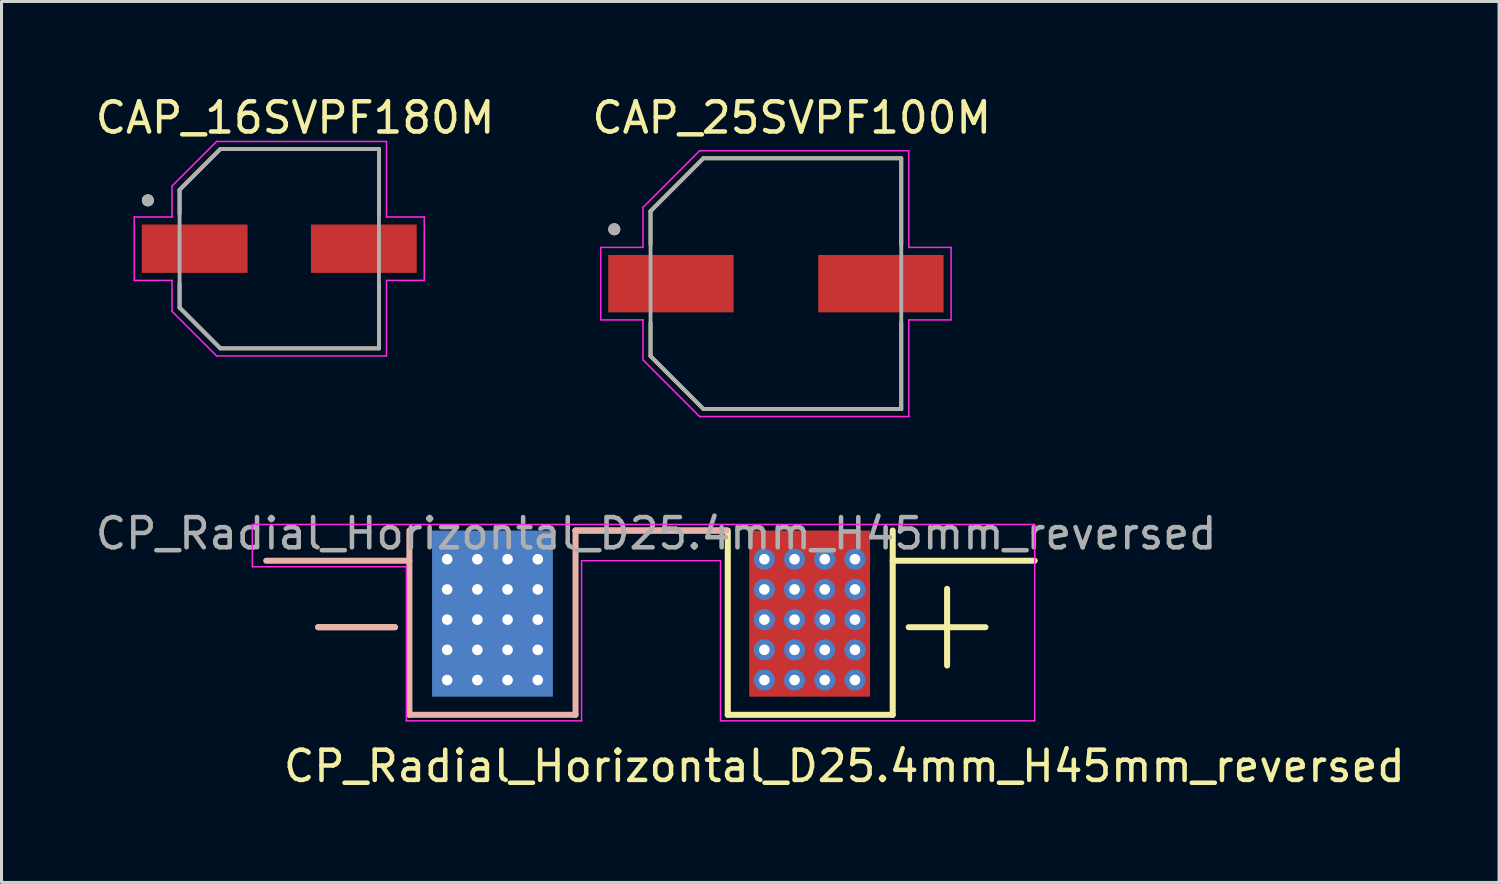
<source format=kicad_pcb>
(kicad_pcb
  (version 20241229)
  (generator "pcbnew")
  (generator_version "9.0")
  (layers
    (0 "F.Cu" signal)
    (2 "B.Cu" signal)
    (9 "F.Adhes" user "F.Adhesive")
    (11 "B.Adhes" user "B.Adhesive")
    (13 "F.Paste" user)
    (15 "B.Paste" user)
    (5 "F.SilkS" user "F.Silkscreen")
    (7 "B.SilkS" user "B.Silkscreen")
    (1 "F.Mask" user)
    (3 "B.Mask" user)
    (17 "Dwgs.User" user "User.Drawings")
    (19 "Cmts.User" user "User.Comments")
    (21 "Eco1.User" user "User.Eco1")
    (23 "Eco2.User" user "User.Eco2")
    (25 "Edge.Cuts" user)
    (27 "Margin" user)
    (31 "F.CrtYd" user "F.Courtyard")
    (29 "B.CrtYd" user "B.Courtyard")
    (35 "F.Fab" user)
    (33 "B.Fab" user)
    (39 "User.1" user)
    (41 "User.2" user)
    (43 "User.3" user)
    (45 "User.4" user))
  (footprint "CAP_16SVPF180M"
    (layer "F.Cu")
    (at 6.195 5.183)
    (property "Reference" "CAP_16SVPF180M" (at 0.525 -4.335 0) (layer "F.SilkS") (effects (font (size 1 1) (thickness 0.15))))
    (attr smd)
    (fp_line (start -3.3 -1.95) (end -1.95 -3.3) (stroke (width 0.127) (type solid)) (layer "F.SilkS"))
    (fp_line (start -3.3 -1.15) (end -3.3 -1.95) (stroke (width 0.127) (type solid)) (layer "F.SilkS"))
    (fp_line (start -3.3 1.15) (end -3.3 1.95) (stroke (width 0.127) (type solid)) (layer "F.SilkS"))
    (fp_line (start -3.3 1.95) (end -1.95 3.3) (stroke (width 0.127) (type solid)) (layer "F.SilkS"))
    (fp_line (start -1.95 -3.3) (end 3.3 -3.3) (stroke (width 0.127) (type solid)) (layer "F.SilkS"))
    (fp_line (start -1.95 3.3) (end 3.3 3.3) (stroke (width 0.127) (type solid)) (layer "F.SilkS"))
    (fp_line (start 3.3 -3.3) (end 3.3 -1.15) (stroke (width 0.127) (type solid)) (layer "F.SilkS"))
    (fp_line (start 3.3 3.3) (end 3.3 1.15) (stroke (width 0.127) (type solid)) (layer "F.SilkS"))
    (fp_circle (center -4.35 -1.6) (end -4.25 -1.6) (stroke (width 0.2) (type solid)) (fill no) (layer "F.SilkS"))
    (fp_line (start -4.8 -1.05) (end -3.55 -1.05) (stroke (width 0.05) (type solid)) (layer "F.CrtYd"))
    (fp_line (start -4.8 1.05) (end -4.8 -1.05) (stroke (width 0.05) (type solid)) (layer "F.CrtYd"))
    (fp_line (start -3.55 -2.075) (end -2.075 -3.55) (stroke (width 0.05) (type solid)) (layer "F.CrtYd"))
    (fp_line (start -3.55 -1.05) (end -3.55 -2.075) (stroke (width 0.05) (type solid)) (layer "F.CrtYd"))
    (fp_line (start -3.55 1.05) (end -4.8 1.05) (stroke (width 0.05) (type solid)) (layer "F.CrtYd"))
    (fp_line (start -3.55 2.075) (end -3.55 1.05) (stroke (width 0.05) (type solid)) (layer "F.CrtYd"))
    (fp_line (start -2.075 -3.55) (end 3.55 -3.55) (stroke (width 0.05) (type solid)) (layer "F.CrtYd"))
    (fp_line (start -2.075 3.55) (end -3.55 2.075) (stroke (width 0.05) (type solid)) (layer "F.CrtYd"))
    (fp_line (start 3.55 -3.55) (end 3.55 -1.05) (stroke (width 0.05) (type solid)) (layer "F.CrtYd"))
    (fp_line (start 3.55 -1.05) (end 4.8 -1.05) (stroke (width 0.05) (type solid)) (layer "F.CrtYd"))
    (fp_line (start 3.55 1.05) (end 3.55 3.55) (stroke (width 0.05) (type solid)) (layer "F.CrtYd"))
    (fp_line (start 3.55 3.55) (end -2.075 3.55) (stroke (width 0.05) (type solid)) (layer "F.CrtYd"))
    (fp_line (start 4.8 -1.05) (end 4.8 1.05) (stroke (width 0.05) (type solid)) (layer "F.CrtYd"))
    (fp_line (start 4.8 1.05) (end 3.55 1.05) (stroke (width 0.05) (type solid)) (layer "F.CrtYd"))
    (fp_line (start -3.3 -1.95) (end -1.95 -3.3) (stroke (width 0.127) (type solid)) (layer "F.Fab"))
    (fp_line (start -3.3 1.95) (end -3.3 -1.95) (stroke (width 0.127) (type solid)) (layer "F.Fab"))
    (fp_line (start -1.95 -3.3) (end 3.3 -3.3) (stroke (width 0.127) (type solid)) (layer "F.Fab"))
    (fp_line (start -1.95 3.3) (end -3.3 1.95) (stroke (width 0.127) (type solid)) (layer "F.Fab"))
    (fp_line (start 3.3 -3.3) (end 3.3 3.3) (stroke (width 0.127) (type solid)) (layer "F.Fab"))
    (fp_line (start 3.3 3.3) (end -1.95 3.3) (stroke (width 0.127) (type solid)) (layer "F.Fab"))
    (fp_circle (center -4.35 -1.6) (end -4.25 -1.6) (stroke (width 0.2) (type solid)) (fill no) (layer "F.Fab"))
    (pad "1" smd rect (at -2.8 0) (size 3.5 1.6) (layers "F.Cu" "F.Mask" "F.Paste"))
    (pad "2" smd rect (at 2.8 0) (size 3.5 1.6) (layers "F.Cu" "F.Mask" "F.Paste")))
  (footprint "CAP_25SVPF100M"
    (layer "F.Cu")
    (at 22.636 6.34)
    (property "Reference" "CAP_25SVPF100M" (at 0.525 -5.492 0) (layer "F.SilkS") (effects (font (size 1 1) (thickness 0.15))))
    (attr smd)
    (fp_line (start -4.15 -2.4) (end -2.4 -4.15) (stroke (width 0.127) (type solid)) (layer "F.SilkS"))
    (fp_line (start -4.15 -1.3) (end -4.15 -2.4) (stroke (width 0.127) (type solid)) (layer "F.SilkS"))
    (fp_line (start -4.15 1.3) (end -4.15 2.4) (stroke (width 0.127) (type solid)) (layer "F.SilkS"))
    (fp_line (start -4.15 2.4) (end -2.4 4.15) (stroke (width 0.127) (type solid)) (layer "F.SilkS"))
    (fp_line (start -2.4 -4.15) (end 4.15 -4.15) (stroke (width 0.127) (type solid)) (layer "F.SilkS"))
    (fp_line (start -2.4 4.15) (end 4.15 4.15) (stroke (width 0.127) (type solid)) (layer "F.SilkS"))
    (fp_line (start 4.15 -4.15) (end 4.15 -1.3) (stroke (width 0.127) (type solid)) (layer "F.SilkS"))
    (fp_line (start 4.15 4.15) (end 4.15 1.3) (stroke (width 0.127) (type solid)) (layer "F.SilkS"))
    (fp_circle (center -5.35 -1.8) (end -5.25 -1.8) (stroke (width 0.2) (type solid)) (fill no) (layer "F.SilkS"))
    (fp_line (start -5.8 -1.2) (end -4.4 -1.2) (stroke (width 0.05) (type solid)) (layer "F.CrtYd"))
    (fp_line (start -5.8 1.2) (end -5.8 -1.2) (stroke (width 0.05) (type solid)) (layer "F.CrtYd"))
    (fp_line (start -4.4 -2.525) (end -2.525 -4.4) (stroke (width 0.05) (type solid)) (layer "F.CrtYd"))
    (fp_line (start -4.4 -1.2) (end -4.4 -2.525) (stroke (width 0.05) (type solid)) (layer "F.CrtYd"))
    (fp_line (start -4.4 1.2) (end -5.8 1.2) (stroke (width 0.05) (type solid)) (layer "F.CrtYd"))
    (fp_line (start -4.4 2.525) (end -4.4 1.2) (stroke (width 0.05) (type solid)) (layer "F.CrtYd"))
    (fp_line (start -2.525 -4.4) (end 4.4 -4.4) (stroke (width 0.05) (type solid)) (layer "F.CrtYd"))
    (fp_line (start -2.525 4.4) (end -4.4 2.525) (stroke (width 0.05) (type solid)) (layer "F.CrtYd"))
    (fp_line (start 4.4 -4.4) (end 4.4 -1.2) (stroke (width 0.05) (type solid)) (layer "F.CrtYd"))
    (fp_line (start 4.4 -1.2) (end 5.8 -1.2) (stroke (width 0.05) (type solid)) (layer "F.CrtYd"))
    (fp_line (start 4.4 1.2) (end 4.4 4.4) (stroke (width 0.05) (type solid)) (layer "F.CrtYd"))
    (fp_line (start 4.4 4.4) (end -2.525 4.4) (stroke (width 0.05) (type solid)) (layer "F.CrtYd"))
    (fp_line (start 5.8 -1.2) (end 5.8 1.2) (stroke (width 0.05) (type solid)) (layer "F.CrtYd"))
    (fp_line (start 5.8 1.2) (end 4.4 1.2) (stroke (width 0.05) (type solid)) (layer "F.CrtYd"))
    (fp_line (start -4.15 -2.4) (end -2.4 -4.15) (stroke (width 0.127) (type solid)) (layer "F.Fab"))
    (fp_line (start -4.15 2.4) (end -4.15 -2.4) (stroke (width 0.127) (type solid)) (layer "F.Fab"))
    (fp_line (start -2.4 -4.15) (end 4.15 -4.15) (stroke (width 0.127) (type solid)) (layer "F.Fab"))
    (fp_line (start -2.4 4.15) (end -4.15 2.4) (stroke (width 0.127) (type solid)) (layer "F.Fab"))
    (fp_line (start 4.15 -4.15) (end 4.15 4.15) (stroke (width 0.127) (type solid)) (layer "F.Fab"))
    (fp_line (start 4.15 4.15) (end -2.4 4.15) (stroke (width 0.127) (type solid)) (layer "F.Fab"))
    (fp_circle (center -5.35 -1.8) (end -5.25 -1.8) (stroke (width 0.2) (type solid)) (fill no) (layer "F.Fab"))
    (pad "1" smd rect (at -3.475 0) (size 4.15 1.9) (layers "F.Cu" "F.Mask" "F.Paste"))
    (pad "2" smd rect (at 3.475 0) (size 4.15 1.9) (layers "F.Cu" "F.Mask" "F.Paste")))
  (footprint "CP_Radial_Horizontal_D25.4mm_H45mm_reversed"
    (layer "F.Cu")
    (at 18.503 14.313)
    (property "Reference" "CP_Radial_Horizontal_D25.4mm_H45mm_reversed" (at 6.4 8 0) (layer "F.SilkS") (effects (font (size 1 1) (thickness 0.15))))
    (attr through_hole)
    (fp_line (start -11.02 3.4) (end -8.48 3.4) (stroke (width 0.2) (type default)) (layer "F.SilkS"))
    (fp_line (start 0 0.2) (end -2.5 0.2) (stroke (width 0.2) (type default)) (layer "F.SilkS"))
    (fp_line (start 2.5 0.2) (end 0 0.2) (stroke (width 0.2) (type default)) (layer "F.SilkS"))
    (fp_line (start 2.54 0.2) (end 2.54 6.3) (stroke (width 0.2) (type default)) (layer "F.SilkS"))
    (fp_line (start 8 0.2) (end 8 6.3) (stroke (width 0.2) (type default)) (layer "F.SilkS"))
    (fp_line (start 8 6.3) (end 2.54 6.3) (stroke (width 0.2) (type default)) (layer "F.SilkS"))
    (fp_line (start 9.8 2.13) (end 9.8 4.67) (stroke (width 0.2) (type default)) (layer "F.SilkS"))
    (fp_line (start 11.07 3.4) (end 8.53 3.4) (stroke (width 0.2) (type default)) (layer "F.SilkS"))
    (fp_line (start 12.7 1.2) (end 8 1.2) (stroke (width 0.2) (type default)) (layer "F.SilkS"))
    (fp_line (start -11.02 3.4) (end -8.48 3.4) (stroke (width 0.2) (type default)) (layer "B.SilkS"))
    (fp_line (start -8 0.2) (end -8 6.3) (stroke (width 0.2) (type default)) (layer "B.SilkS"))
    (fp_line (start -8 1.2) (end -12.74 1.2) (stroke (width 0.2) (type default)) (layer "B.SilkS"))
    (fp_line (start -2.5 0.2) (end -2.5 6.3) (stroke (width 0.2) (type default)) (layer "B.SilkS"))
    (fp_line (start -2.5 6.3) (end -8 6.3) (stroke (width 0.2) (type default)) (layer "B.SilkS"))
    (fp_line (start 0 0.2) (end -2.5 0.2) (stroke (width 0.2) (type default)) (layer "B.SilkS"))
    (fp_line (start 0 0.2) (end 2.5 0.2) (stroke (width 0.2) (type default)) (layer "B.SilkS"))
    (fp_line (start -13.2 0) (end 12.7 0) (stroke (width 0.05) (type default)) (layer "F.CrtYd"))
    (fp_line (start -13.2 1.4) (end -13.2 0) (stroke (width 0.05) (type default)) (layer "F.CrtYd"))
    (fp_line (start -13.2 1.4) (end -8.1 1.4) (stroke (width 0.05) (type default)) (layer "F.CrtYd"))
    (fp_line (start -8.1 6.5) (end -8.1 1.4) (stroke (width 0.05) (type default)) (layer "F.CrtYd"))
    (fp_line (start -2.3 1.2) (end 2.3 1.2) (stroke (width 0.05) (type default)) (layer "F.CrtYd"))
    (fp_line (start -2.3 6.5) (end -8.1 6.5) (stroke (width 0.05) (type default)) (layer "F.CrtYd"))
    (fp_line (start -2.3 6.5) (end -2.3 1.2) (stroke (width 0.05) (type default)) (layer "F.CrtYd"))
    (fp_line (start 2.3 6.5) (end 2.3 1.2) (stroke (width 0.05) (type default)) (layer "F.CrtYd"))
    (fp_line (start 12.7 0) (end 12.7 6.5) (stroke (width 0.05) (type default)) (layer "F.CrtYd"))
    (fp_line (start 12.7 6.5) (end 2.3 6.5) (stroke (width 0.05) (type default)) (layer "F.CrtYd"))
    (fp_line (start -8.2 0) (end -8.2 1) (stroke (width 0.1) (type default)) (layer "User.1"))
    (fp_line (start -8.2 1) (end -13.4 1) (stroke (width 0.1) (type default)) (layer "User.1"))
    (fp_line (start 8.2 0) (end -8.2 0) (stroke (width 0.1) (type default)) (layer "User.1"))
    (fp_line (start 8.2 0) (end 8.2 1) (stroke (width 0.1) (type default)) (layer "User.1"))
    (fp_line (start 13.4 1) (end 8.2 1) (stroke (width 0.1) (type default)) (layer "User.1"))
    (fp_text user "${REFERENCE}" (at 0.17 0.3 0) (layer "F.Fab") (effects (font (size 1 1) (thickness 0.15))))
    (pad "1" thru_hole circle (at 3.75 1.15) (size 0.7 0.7) (drill 0.35) (property pad_prop_heatsink) (layers "*.Cu"))
    (pad "1" thru_hole circle (at 3.75 2.15) (size 0.7 0.7) (drill 0.35) (property pad_prop_heatsink) (layers "*.Cu"))
    (pad "1" thru_hole circle (at 3.75 3.15) (size 0.7 0.7) (drill 0.35) (property pad_prop_heatsink) (layers "*.Cu"))
    (pad "1" thru_hole circle (at 3.75 4.15) (size 0.7 0.7) (drill 0.35) (property pad_prop_heatsink) (layers "*.Cu"))
    (pad "1" thru_hole circle (at 3.75 5.15) (size 0.7 0.7) (drill 0.35) (property pad_prop_heatsink) (layers "*.Cu"))
    (pad "1" thru_hole circle (at 4.75 1.15) (size 0.7 0.7) (drill 0.35) (property pad_prop_heatsink) (layers "*.Cu"))
    (pad "1" thru_hole circle (at 4.75 2.15) (size 0.7 0.7) (drill 0.35) (property pad_prop_heatsink) (layers "*.Cu"))
    (pad "1" thru_hole circle (at 4.75 3.15) (size 0.7 0.7) (drill 0.35) (property pad_prop_heatsink) (layers "*.Cu"))
    (pad "1" thru_hole circle (at 4.75 4.15) (size 0.7 0.7) (drill 0.35) (property pad_prop_heatsink) (layers "*.Cu"))
    (pad "1" thru_hole circle (at 4.75 5.15) (size 0.7 0.7) (drill 0.35) (property pad_prop_heatsink) (layers "*.Cu"))
    (pad "1" connect rect (at 5.25 2.95) (size 4 5.5) (layers "F.Cu" "F.Mask"))
    (pad "1" thru_hole circle (at 5.75 1.15) (size 0.7 0.7) (drill 0.35) (property pad_prop_heatsink) (layers "*.Cu"))
    (pad "1" thru_hole circle (at 5.75 2.15) (size 0.7 0.7) (drill 0.35) (property pad_prop_heatsink) (layers "*.Cu"))
    (pad "1" thru_hole circle (at 5.75 3.15) (size 0.7 0.7) (drill 0.35) (property pad_prop_heatsink) (layers "*.Cu"))
    (pad "1" thru_hole circle (at 5.75 4.15) (size 0.7 0.7) (drill 0.35) (property pad_prop_heatsink) (layers "*.Cu"))
    (pad "1" thru_hole circle (at 5.75 5.15) (size 0.7 0.7) (drill 0.35) (property pad_prop_heatsink) (layers "*.Cu"))
    (pad "1" thru_hole circle (at 6.75 1.15) (size 0.7 0.7) (drill 0.35) (property pad_prop_heatsink) (layers "*.Cu"))
    (pad "1" thru_hole circle (at 6.75 2.15) (size 0.7 0.7) (drill 0.35) (property pad_prop_heatsink) (layers "*.Cu"))
    (pad "1" thru_hole circle (at 6.75 3.15) (size 0.7 0.7) (drill 0.35) (property pad_prop_heatsink) (layers "*.Cu"))
    (pad "1" thru_hole circle (at 6.75 4.15) (size 0.7 0.7) (drill 0.35) (property pad_prop_heatsink) (layers "*.Cu"))
    (pad "1" thru_hole circle (at 6.75 5.15) (size 0.7 0.7) (drill 0.35) (property pad_prop_heatsink) (layers "*.Cu"))
    (pad "2" thru_hole circle (at -6.75 1.15) (size 0.7 0.7) (drill 0.35) (property pad_prop_heatsink) (layers "*.Cu"))
    (pad "2" thru_hole circle (at -6.75 2.15) (size 0.7 0.7) (drill 0.35) (property pad_prop_heatsink) (layers "*.Cu"))
    (pad "2" thru_hole circle (at -6.75 3.15) (size 0.7 0.7) (drill 0.35) (property pad_prop_heatsink) (layers "*.Cu"))
    (pad "2" thru_hole circle (at -6.75 4.15) (size 0.7 0.7) (drill 0.35) (property pad_prop_heatsink) (layers "*.Cu"))
    (pad "2" thru_hole circle (at -6.75 5.15) (size 0.7 0.7) (drill 0.35) (property pad_prop_heatsink) (layers "*.Cu"))
    (pad "2" thru_hole circle (at -5.75 1.15) (size 0.7 0.7) (drill 0.35) (property pad_prop_heatsink) (layers "*.Cu"))
    (pad "2" thru_hole circle (at -5.75 2.15) (size 0.7 0.7) (drill 0.35) (property pad_prop_heatsink) (layers "*.Cu"))
    (pad "2" thru_hole circle (at -5.75 3.15) (size 0.7 0.7) (drill 0.35) (property pad_prop_heatsink) (layers "*.Cu"))
    (pad "2" thru_hole circle (at -5.75 4.15) (size 0.7 0.7) (drill 0.35) (property pad_prop_heatsink) (layers "*.Cu"))
    (pad "2" thru_hole circle (at -5.75 5.15) (size 0.7 0.7) (drill 0.35) (property pad_prop_heatsink) (layers "*.Cu"))
    (pad "2" connect rect (at -5.25 2.95) (size 4 5.5) (layers "B.Cu" "B.Mask"))
    (pad "2" thru_hole circle (at -4.75 1.15) (size 0.7 0.7) (drill 0.35) (property pad_prop_heatsink) (layers "*.Cu"))
    (pad "2" thru_hole circle (at -4.75 2.15) (size 0.7 0.7) (drill 0.35) (property pad_prop_heatsink) (layers "*.Cu"))
    (pad "2" thru_hole circle (at -4.75 3.15) (size 0.7 0.7) (drill 0.35) (property pad_prop_heatsink) (layers "*.Cu"))
    (pad "2" thru_hole circle (at -4.75 4.15) (size 0.7 0.7) (drill 0.35) (property pad_prop_heatsink) (layers "*.Cu"))
    (pad "2" thru_hole circle (at -4.75 5.15) (size 0.7 0.7) (drill 0.35) (property pad_prop_heatsink) (layers "*.Cu"))
    (pad "2" thru_hole circle (at -3.75 1.15) (size 0.7 0.7) (drill 0.35) (property pad_prop_heatsink) (layers "*.Cu"))
    (pad "2" thru_hole circle (at -3.75 2.15) (size 0.7 0.7) (drill 0.35) (property pad_prop_heatsink) (layers "*.Cu"))
    (pad "2" thru_hole circle (at -3.75 3.15) (size 0.7 0.7) (drill 0.35) (property pad_prop_heatsink) (layers "*.Cu"))
    (pad "2" thru_hole circle (at -3.75 4.15) (size 0.7 0.7) (drill 0.35) (property pad_prop_heatsink) (layers "*.Cu"))
    (pad "2" thru_hole circle (at -3.75 5.15) (size 0.7 0.7) (drill 0.35) (property pad_prop_heatsink) (layers "*.Cu")))
  (gr_rect
    (start -3 -3)
    (end 46.575 26.162)
    (stroke (width 0.1) (type default))
    (fill no)
    (layer "Edge.Cuts")))
</source>
